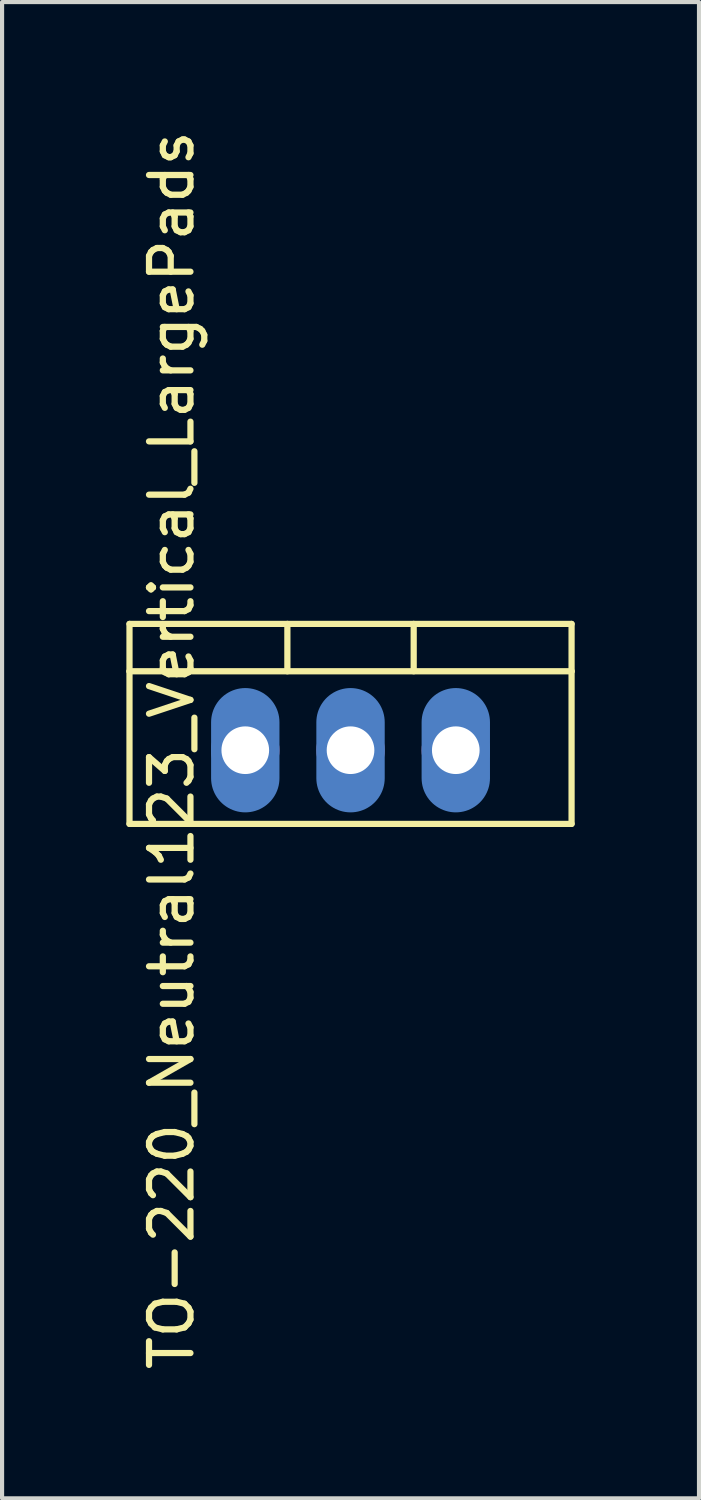
<source format=kicad_pcb>
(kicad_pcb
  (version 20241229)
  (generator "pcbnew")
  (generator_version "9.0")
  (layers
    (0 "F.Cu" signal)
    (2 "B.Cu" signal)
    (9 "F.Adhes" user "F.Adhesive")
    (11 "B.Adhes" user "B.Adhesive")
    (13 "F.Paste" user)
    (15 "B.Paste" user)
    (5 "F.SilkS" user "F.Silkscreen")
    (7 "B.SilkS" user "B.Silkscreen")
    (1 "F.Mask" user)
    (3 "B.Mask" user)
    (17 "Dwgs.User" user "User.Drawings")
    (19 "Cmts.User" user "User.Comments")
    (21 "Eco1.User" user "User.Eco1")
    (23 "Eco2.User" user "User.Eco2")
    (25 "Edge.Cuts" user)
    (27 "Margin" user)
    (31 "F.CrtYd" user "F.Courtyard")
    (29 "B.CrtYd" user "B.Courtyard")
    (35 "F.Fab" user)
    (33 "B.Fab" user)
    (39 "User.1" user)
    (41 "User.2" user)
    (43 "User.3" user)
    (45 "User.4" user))
  (footprint "TO-220_Neutral123_Vertical_LargePads"
    (layer "F.Cu")
    (at 5.409 15.054)
    (property "Reference" "TO-220_Neutral123_Vertical_LargePads" (at -4.318 0 270) (layer "F.SilkS") (effects (font (size 1 1) (thickness 0.15))))
    (attr through_hole)
    (fp_line (start -5.334 -1.905) (end -5.334 -3.048) (stroke (width 0.15) (type solid)) (layer "F.SilkS"))
    (fp_line (start -5.334 -1.905) (end 5.334 -1.905) (stroke (width 0.15) (type solid)) (layer "F.SilkS"))
    (fp_line (start -5.334 1.778) (end -5.334 -1.905) (stroke (width 0.15) (type solid)) (layer "F.SilkS"))
    (fp_line (start -5.334 1.778) (end 5.334 1.778) (stroke (width 0.15) (type solid)) (layer "F.SilkS"))
    (fp_line (start -1.524 -3.048) (end -1.524 -1.905) (stroke (width 0.15) (type solid)) (layer "F.SilkS"))
    (fp_line (start 1.524 -3.048) (end 1.524 -1.905) (stroke (width 0.15) (type solid)) (layer "F.SilkS"))
    (fp_line (start 5.334 -3.048) (end -5.334 -3.048) (stroke (width 0.15) (type solid)) (layer "F.SilkS"))
    (fp_line (start 5.334 -3.048) (end 5.334 -1.905) (stroke (width 0.15) (type solid)) (layer "F.SilkS"))
    (fp_line (start 5.334 -1.905) (end 5.334 1.778) (stroke (width 0.15) (type solid)) (layer "F.SilkS"))
    (fp_line (start -0.48 -0.305) (end 0.48 -0.305) (stroke (width 0.01) (type solid)) (layer "F.Fab"))
    (fp_line (start -0.48 0.305) (end -0.48 -0.305) (stroke (width 0.01) (type solid)) (layer "F.Fab"))
    (fp_line (start 0.48 -0.305) (end 0.48 0.305) (stroke (width 0.01) (type solid)) (layer "F.Fab"))
    (fp_line (start 0.48 0.305) (end -0.48 0.305) (stroke (width 0.01) (type solid)) (layer "F.Fab"))
    (pad "1" thru_hole circle (at -2.54 0 90) (size 1.65 1.65) (drill 1.15) (layers "*.Cu" "*.Mask"))
    (pad "1" connect oval (at -2.54 0) (size 1.65 3) (layers "B.Cu" "B.Mask"))
    (pad "2" thru_hole circle (at 0 0 90) (size 1.65 1.65) (drill 1.15) (layers "*.Cu" "*.Mask"))
    (pad "3" thru_hole circle (at 2.54 0 90) (size 1.65 1.65) (drill 1.15) (layers "*.Cu" "*.Mask"))
    (pad "4" connect oval (at 0 0) (size 1.65 3) (layers "B.Cu" "B.Mask"))
    (pad "5" connect oval (at 2.54 0) (size 1.65 3) (layers "B.Cu" "B.Mask")))
  (gr_rect
    (start -3 -3)
    (end 13.818 33.107)
    (stroke (width 0.1) (type default))
    (fill no)
    (layer "Edge.Cuts")))
</source>
